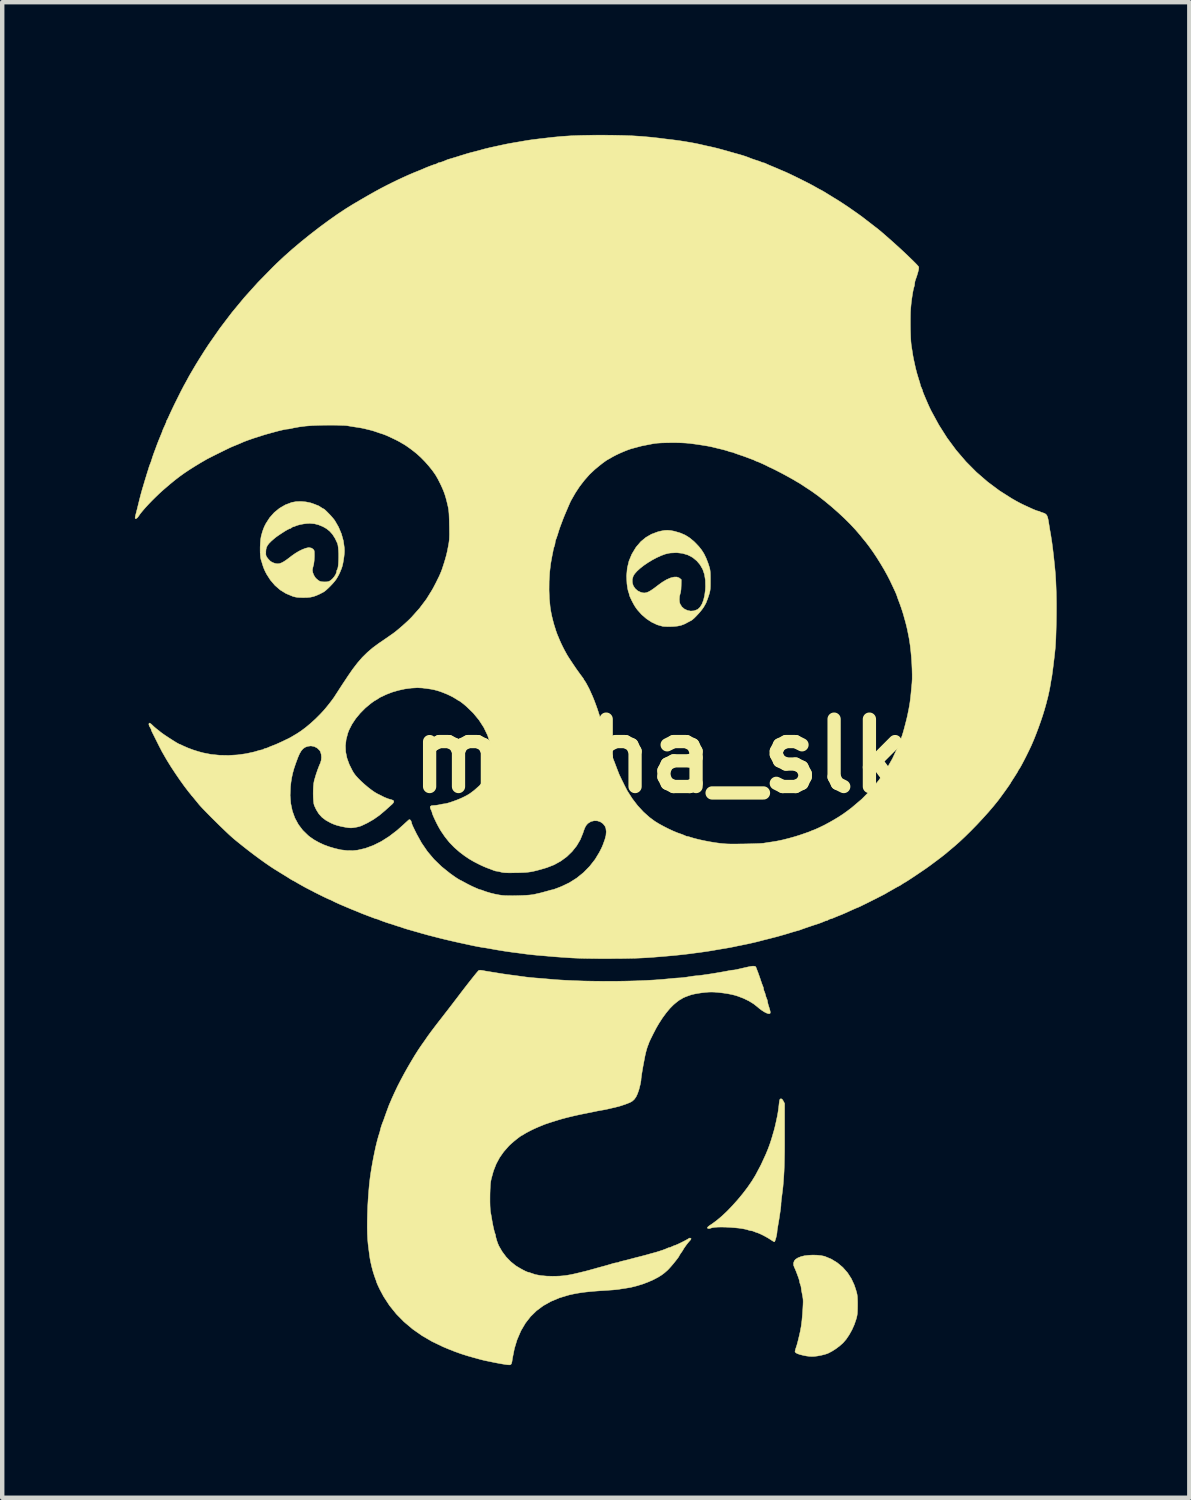
<source format=kicad_pcb>
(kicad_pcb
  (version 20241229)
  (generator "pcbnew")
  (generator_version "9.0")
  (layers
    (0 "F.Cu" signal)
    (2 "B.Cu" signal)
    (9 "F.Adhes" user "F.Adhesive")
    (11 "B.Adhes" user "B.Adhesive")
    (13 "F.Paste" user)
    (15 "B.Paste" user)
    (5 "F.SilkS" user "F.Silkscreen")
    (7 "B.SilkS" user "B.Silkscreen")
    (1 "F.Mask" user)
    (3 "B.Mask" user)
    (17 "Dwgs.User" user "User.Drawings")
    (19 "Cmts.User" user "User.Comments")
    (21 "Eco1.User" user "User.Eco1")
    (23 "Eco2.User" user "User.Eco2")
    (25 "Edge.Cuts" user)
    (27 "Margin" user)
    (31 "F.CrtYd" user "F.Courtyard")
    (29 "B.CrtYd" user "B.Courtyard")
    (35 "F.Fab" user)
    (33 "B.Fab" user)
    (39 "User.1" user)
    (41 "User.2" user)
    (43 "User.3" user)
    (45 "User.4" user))
  (footprint "misha_slk"
    (layer "F.Cu")
    (at 11.887 14.041)
    (property "Reference" "misha_slk" (at 0 0 0) (layer "F.SilkS") (effects (font (size 1.524 1.524) (thickness 0.3))))
    (attr through_hole)
    (fp_poly (pts (xy 3.535 11.284) (xy 3.624 11.293) (xy 3.698 11.308) (xy 3.708 11.311) (xy 3.857 11.373) (xy 3.993 11.457) (xy 4.115 11.559) (xy 4.221 11.679) (xy 4.308 11.814) (xy 4.376 11.961) (xy 4.385 11.989) (xy 4.409 12.061) (xy 4.426 12.118) (xy 4.438 12.169) (xy 4.445 12.22) (xy 4.448 12.277) (xy 4.45 12.348) (xy 4.45 12.408) (xy 4.449 12.49) (xy 4.447 12.553) (xy 4.444 12.603) (xy 4.438 12.646) (xy 4.429 12.689) (xy 4.416 12.735) (xy 4.376 12.852) (xy 4.323 12.971) (xy 4.26 13.084) (xy 4.192 13.185) (xy 4.121 13.267) (xy 4.048 13.332) (xy 3.964 13.396) (xy 3.877 13.452) (xy 3.794 13.496) (xy 3.759 13.511) (xy 3.697 13.53) (xy 3.622 13.548) (xy 3.542 13.563) (xy 3.468 13.572) (xy 3.416 13.574) (xy 3.361 13.571) (xy 3.296 13.563) (xy 3.234 13.551) (xy 3.232 13.551) (xy 3.148 13.53) (xy 3.089 13.51) (xy 3.052 13.489) (xy 3.036 13.468) (xy 3.035 13.462) (xy 3.04 13.437) (xy 3.05 13.398) (xy 3.06 13.37) (xy 3.079 13.311) (xy 3.101 13.229) (xy 3.126 13.126) (xy 3.154 13.004) (xy 3.156 12.992) (xy 3.175 12.89) (xy 3.191 12.764) (xy 3.204 12.616) (xy 3.213 12.479) (xy 3.217 12.4) (xy 3.219 12.34) (xy 3.218 12.291) (xy 3.213 12.247) (xy 3.205 12.201) (xy 3.2 12.174) (xy 3.189 12.119) (xy 3.18 12.07) (xy 3.176 12.034) (xy 3.175 12.025) (xy 3.17 11.991) (xy 3.158 11.951) (xy 3.156 11.946) (xy 3.143 11.91) (xy 3.137 11.878) (xy 3.137 11.875) (xy 3.132 11.852) (xy 3.12 11.811) (xy 3.101 11.758) (xy 3.079 11.699) (xy 3.056 11.64) (xy 3.033 11.585) (xy 3.021 11.56) (xy 3.003 11.511) (xy 3.002 11.466) (xy 3.004 11.455) (xy 3.019 11.412) (xy 3.05 11.376) (xy 3.101 11.344) (xy 3.174 11.315) (xy 3.182 11.313) (xy 3.254 11.296) (xy 3.342 11.286) (xy 3.438 11.281) (xy 3.535 11.284)) (stroke (width 0.01) (type solid)) (fill yes) (layer "F.SilkS"))
    (fp_poly (pts (xy 2.735 7.752) (xy 2.754 7.771) (xy 2.771 7.8) (xy 2.8 7.855) (xy 2.8 8.566) (xy 2.8 8.769) (xy 2.799 8.95) (xy 2.796 9.111) (xy 2.793 9.256) (xy 2.788 9.387) (xy 2.781 9.507) (xy 2.773 9.619) (xy 2.764 9.727) (xy 2.752 9.833) (xy 2.738 9.94) (xy 2.736 9.957) (xy 2.728 10.018) (xy 2.722 10.076) (xy 2.718 10.122) (xy 2.718 10.141) (xy 2.716 10.175) (xy 2.71 10.229) (xy 2.7 10.299) (xy 2.688 10.38) (xy 2.675 10.466) (xy 2.66 10.554) (xy 2.648 10.624) (xy 2.639 10.677) (xy 2.632 10.725) (xy 2.629 10.759) (xy 2.629 10.763) (xy 2.625 10.795) (xy 2.617 10.839) (xy 2.606 10.886) (xy 2.593 10.93) (xy 2.581 10.964) (xy 2.572 10.981) (xy 2.57 10.982) (xy 2.555 10.977) (xy 2.526 10.96) (xy 2.488 10.935) (xy 2.486 10.934) (xy 2.438 10.903) (xy 2.379 10.869) (xy 2.316 10.835) (xy 2.256 10.806) (xy 2.205 10.784) (xy 2.176 10.774) (xy 2.137 10.761) (xy 2.109 10.749) (xy 2.075 10.736) (xy 2.048 10.732) (xy 2.018 10.727) (xy 1.979 10.716) (xy 1.972 10.713) (xy 1.919 10.698) (xy 1.848 10.684) (xy 1.763 10.672) (xy 1.67 10.663) (xy 1.572 10.655) (xy 1.473 10.65) (xy 1.379 10.648) (xy 1.294 10.649) (xy 1.222 10.654) (xy 1.167 10.662) (xy 1.143 10.669) (xy 1.103 10.682) (xy 1.072 10.682) (xy 1.055 10.671) (xy 1.054 10.665) (xy 1.058 10.654) (xy 1.072 10.639) (xy 1.099 10.617) (xy 1.144 10.587) (xy 1.164 10.574) (xy 1.269 10.496) (xy 1.383 10.4) (xy 1.502 10.288) (xy 1.622 10.163) (xy 1.741 10.03) (xy 1.855 9.892) (xy 1.962 9.752) (xy 2.057 9.614) (xy 2.139 9.481) (xy 2.146 9.468) (xy 2.264 9.245) (xy 2.371 9.014) (xy 2.425 8.884) (xy 2.45 8.817) (xy 2.477 8.741) (xy 2.5 8.67) (xy 2.506 8.649) (xy 2.522 8.597) (xy 2.539 8.537) (xy 2.551 8.496) (xy 2.561 8.462) (xy 2.57 8.428) (xy 2.58 8.39) (xy 2.591 8.342) (xy 2.605 8.281) (xy 2.622 8.202) (xy 2.635 8.141) (xy 2.645 8.087) (xy 2.656 8.018) (xy 2.666 7.945) (xy 2.671 7.899) (xy 2.678 7.837) (xy 2.684 7.795) (xy 2.69 7.769) (xy 2.698 7.756) (xy 2.708 7.75) (xy 2.714 7.749) (xy 2.735 7.752)) (stroke (width 0.01) (type solid)) (fill yes) (layer "F.SilkS"))
    (fp_poly (pts (xy 0.224 -5.098) (xy 0.308 -5.082) (xy 0.311 -5.081) (xy 0.44 -5.043) (xy 0.552 -4.995) (xy 0.654 -4.931) (xy 0.753 -4.849) (xy 0.782 -4.82) (xy 0.861 -4.737) (xy 0.925 -4.656) (xy 0.978 -4.572) (xy 1.024 -4.478) (xy 1.067 -4.368) (xy 1.088 -4.305) (xy 1.101 -4.264) (xy 1.11 -4.228) (xy 1.116 -4.192) (xy 1.12 -4.151) (xy 1.122 -4.098) (xy 1.123 -4.029) (xy 1.123 -3.975) (xy 1.123 -3.891) (xy 1.122 -3.827) (xy 1.119 -3.778) (xy 1.114 -3.738) (xy 1.106 -3.702) (xy 1.096 -3.664) (xy 1.094 -3.658) (xy 1.077 -3.606) (xy 1.061 -3.558) (xy 1.048 -3.524) (xy 1.047 -3.522) (xy 1.035 -3.493) (xy 1.029 -3.475) (xy 1.029 -3.474) (xy 1.023 -3.46) (xy 1.006 -3.429) (xy 0.983 -3.389) (xy 0.975 -3.374) (xy 0.945 -3.33) (xy 0.904 -3.277) (xy 0.857 -3.222) (xy 0.807 -3.169) (xy 0.76 -3.121) (xy 0.718 -3.084) (xy 0.687 -3.062) (xy 0.684 -3.061) (xy 0.654 -3.046) (xy 0.616 -3.026) (xy 0.603 -3.019) (xy 0.528 -2.98) (xy 0.457 -2.954) (xy 0.382 -2.938) (xy 0.294 -2.929) (xy 0.248 -2.927) (xy 0.182 -2.926) (xy 0.122 -2.927) (xy 0.072 -2.929) (xy 0.044 -2.932) (xy -0.08 -2.967) (xy -0.203 -3.025) (xy -0.322 -3.103) (xy -0.432 -3.198) (xy -0.53 -3.308) (xy -0.571 -3.365) (xy -0.598 -3.408) (xy -0.626 -3.459) (xy -0.655 -3.514) (xy -0.68 -3.567) (xy -0.7 -3.611) (xy -0.71 -3.642) (xy -0.711 -3.649) (xy -0.716 -3.672) (xy -0.727 -3.706) (xy -0.73 -3.712) (xy -0.739 -3.743) (xy -0.749 -3.792) (xy -0.758 -3.851) (xy -0.764 -3.897) (xy -0.769 -3.995) (xy -0.643 -3.995) (xy -0.643 -3.92) (xy -0.621 -3.849) (xy -0.579 -3.786) (xy -0.52 -3.734) (xy -0.452 -3.702) (xy -0.408 -3.69) (xy -0.366 -3.687) (xy -0.324 -3.694) (xy -0.277 -3.712) (xy -0.222 -3.743) (xy -0.155 -3.789) (xy -0.074 -3.85) (xy -0.065 -3.858) (xy 0.038 -3.932) (xy 0.134 -3.989) (xy 0.222 -4.027) (xy 0.299 -4.046) (xy 0.365 -4.047) (xy 0.417 -4.027) (xy 0.425 -4.021) (xy 0.464 -3.99) (xy 0.462 -3.859) (xy 0.458 -3.767) (xy 0.448 -3.699) (xy 0.44 -3.672) (xy 0.425 -3.611) (xy 0.42 -3.543) (xy 0.425 -3.479) (xy 0.437 -3.438) (xy 0.477 -3.373) (xy 0.534 -3.324) (xy 0.603 -3.292) (xy 0.677 -3.277) (xy 0.753 -3.283) (xy 0.824 -3.31) (xy 0.84 -3.319) (xy 0.889 -3.366) (xy 0.932 -3.435) (xy 0.966 -3.523) (xy 0.992 -3.63) (xy 1.008 -3.752) (xy 1.012 -3.829) (xy 1.009 -3.976) (xy 0.988 -4.107) (xy 0.948 -4.223) (xy 0.888 -4.326) (xy 0.816 -4.411) (xy 0.721 -4.489) (xy 0.612 -4.546) (xy 0.491 -4.582) (xy 0.359 -4.597) (xy 0.219 -4.59) (xy 0.184 -4.585) (xy 0.101 -4.565) (xy 0.009 -4.531) (xy -0.09 -4.486) (xy -0.19 -4.433) (xy -0.289 -4.373) (xy -0.383 -4.309) (xy -0.467 -4.243) (xy -0.537 -4.179) (xy -0.591 -4.118) (xy -0.621 -4.07) (xy -0.643 -3.995) (xy -0.769 -3.995) (xy -0.772 -4.076) (xy -0.757 -4.247) (xy -0.718 -4.409) (xy -0.654 -4.563) (xy -0.567 -4.708) (xy -0.549 -4.733) (xy -0.449 -4.849) (xy -0.335 -4.943) (xy -0.208 -5.016) (xy -0.065 -5.069) (xy 0 -5.085) (xy 0.081 -5.1) (xy 0.153 -5.104) (xy 0.224 -5.098)) (stroke (width 0.01) (type solid)) (fill yes) (layer "F.SilkS"))
    (fp_poly (pts (xy -8.021 -5.745) (xy -7.911 -5.722) (xy -7.815 -5.688) (xy -7.782 -5.674) (xy -7.759 -5.665) (xy -7.754 -5.664) (xy -7.739 -5.658) (xy -7.71 -5.641) (xy -7.688 -5.626) (xy -7.655 -5.605) (xy -7.63 -5.591) (xy -7.622 -5.588) (xy -7.606 -5.579) (xy -7.579 -5.555) (xy -7.542 -5.519) (xy -7.501 -5.477) (xy -7.458 -5.432) (xy -7.419 -5.387) (xy -7.387 -5.348) (xy -7.367 -5.321) (xy -7.284 -5.177) (xy -7.219 -5.023) (xy -7.175 -4.865) (xy -7.153 -4.707) (xy -7.15 -4.636) (xy -7.153 -4.58) (xy -7.16 -4.511) (xy -7.171 -4.437) (xy -7.183 -4.365) (xy -7.197 -4.302) (xy -7.211 -4.256) (xy -7.212 -4.253) (xy -7.223 -4.224) (xy -7.24 -4.183) (xy -7.252 -4.153) (xy -7.274 -4.106) (xy -7.304 -4.051) (xy -7.335 -3.999) (xy -7.368 -3.955) (xy -7.412 -3.903) (xy -7.463 -3.849) (xy -7.515 -3.797) (xy -7.564 -3.752) (xy -7.605 -3.719) (xy -7.624 -3.707) (xy -7.713 -3.661) (xy -7.787 -3.628) (xy -7.853 -3.605) (xy -7.918 -3.591) (xy -7.987 -3.584) (xy -8.068 -3.582) (xy -8.08 -3.582) (xy -8.155 -3.583) (xy -8.211 -3.587) (xy -8.258 -3.594) (xy -8.302 -3.605) (xy -8.326 -3.613) (xy -8.472 -3.674) (xy -8.603 -3.755) (xy -8.72 -3.856) (xy -8.824 -3.978) (xy -8.909 -4.11) (xy -8.94 -4.169) (xy -8.969 -4.234) (xy -8.991 -4.293) (xy -8.992 -4.297) (xy -9.009 -4.351) (xy -9.025 -4.405) (xy -9.038 -4.444) (xy -9.047 -4.492) (xy -9.053 -4.558) (xy -9.055 -4.595) (xy -8.928 -4.595) (xy -8.927 -4.553) (xy -8.92 -4.523) (xy -8.903 -4.493) (xy -8.874 -4.456) (xy -8.834 -4.413) (xy -8.795 -4.385) (xy -8.747 -4.364) (xy -8.702 -4.351) (xy -8.661 -4.346) (xy -8.619 -4.351) (xy -8.574 -4.367) (xy -8.521 -4.395) (xy -8.458 -4.437) (xy -8.382 -4.494) (xy -8.338 -4.528) (xy -8.261 -4.582) (xy -8.181 -4.63) (xy -8.102 -4.669) (xy -8.029 -4.697) (xy -7.968 -4.711) (xy -7.949 -4.712) (xy -7.895 -4.701) (xy -7.865 -4.681) (xy -7.85 -4.667) (xy -7.839 -4.652) (xy -7.833 -4.632) (xy -7.831 -4.6) (xy -7.83 -4.552) (xy -7.83 -4.513) (xy -7.835 -4.414) (xy -7.845 -4.336) (xy -7.853 -4.306) (xy -7.865 -4.26) (xy -7.873 -4.216) (xy -7.874 -4.197) (xy -7.865 -4.144) (xy -7.842 -4.087) (xy -7.81 -4.035) (xy -7.789 -4.012) (xy -7.745 -3.974) (xy -7.707 -3.951) (xy -7.666 -3.94) (xy -7.613 -3.937) (xy -7.6 -3.937) (xy -7.549 -3.938) (xy -7.514 -3.944) (xy -7.486 -3.956) (xy -7.457 -3.975) (xy -7.416 -4.012) (xy -7.378 -4.058) (xy -7.348 -4.106) (xy -7.331 -4.149) (xy -7.328 -4.166) (xy -7.323 -4.196) (xy -7.315 -4.212) (xy -7.303 -4.236) (xy -7.294 -4.282) (xy -7.287 -4.342) (xy -7.283 -4.414) (xy -7.281 -4.493) (xy -7.281 -4.572) (xy -7.285 -4.649) (xy -7.291 -4.717) (xy -7.299 -4.772) (xy -7.309 -4.808) (xy -7.362 -4.92) (xy -7.419 -5.01) (xy -7.483 -5.082) (xy -7.557 -5.141) (xy -7.636 -5.186) (xy -7.736 -5.227) (xy -7.83 -5.251) (xy -7.929 -5.259) (xy -7.944 -5.259) (xy -8.006 -5.256) (xy -8.076 -5.247) (xy -8.146 -5.234) (xy -8.207 -5.218) (xy -8.252 -5.202) (xy -8.256 -5.2) (xy -8.287 -5.187) (xy -8.31 -5.182) (xy -8.333 -5.173) (xy -8.344 -5.163) (xy -8.367 -5.146) (xy -8.38 -5.143) (xy -8.401 -5.136) (xy -8.437 -5.118) (xy -8.486 -5.09) (xy -8.541 -5.055) (xy -8.598 -5.018) (xy -8.654 -4.98) (xy -8.703 -4.945) (xy -8.737 -4.917) (xy -8.806 -4.857) (xy -8.856 -4.806) (xy -8.891 -4.76) (xy -8.913 -4.715) (xy -8.924 -4.666) (xy -8.928 -4.607) (xy -8.928 -4.595) (xy -9.055 -4.595) (xy -9.056 -4.637) (xy -9.056 -4.723) (xy -9.052 -4.808) (xy -9.046 -4.887) (xy -9.036 -4.953) (xy -9.03 -4.98) (xy -9.007 -5.063) (xy -8.984 -5.13) (xy -8.96 -5.189) (xy -8.929 -5.249) (xy -8.927 -5.254) (xy -8.841 -5.388) (xy -8.738 -5.504) (xy -8.619 -5.601) (xy -8.487 -5.678) (xy -8.343 -5.733) (xy -8.245 -5.751) (xy -8.135 -5.755) (xy -8.021 -5.745)) (stroke (width 0.01) (type solid)) (fill yes) (layer "F.SilkS"))
    (fp_poly (pts (xy 2.129 4.753) (xy 2.147 4.765) (xy 2.157 4.785) (xy 2.169 4.816) (xy 2.185 4.86) (xy 2.197 4.889) (xy 2.213 4.935) (xy 2.234 4.993) (xy 2.255 5.055) (xy 2.261 5.074) (xy 2.279 5.126) (xy 2.295 5.171) (xy 2.308 5.202) (xy 2.311 5.21) (xy 2.322 5.241) (xy 2.324 5.261) (xy 2.33 5.294) (xy 2.341 5.322) (xy 2.356 5.359) (xy 2.367 5.4) (xy 2.367 5.401) (xy 2.379 5.444) (xy 2.394 5.482) (xy 2.394 5.483) (xy 2.408 5.516) (xy 2.413 5.544) (xy 2.417 5.57) (xy 2.426 5.609) (xy 2.433 5.632) (xy 2.455 5.702) (xy 2.469 5.751) (xy 2.476 5.784) (xy 2.476 5.805) (xy 2.471 5.817) (xy 2.464 5.823) (xy 2.438 5.825) (xy 2.398 5.813) (xy 2.347 5.788) (xy 2.291 5.753) (xy 2.233 5.711) (xy 2.184 5.669) (xy 2.099 5.602) (xy 1.993 5.537) (xy 1.872 5.478) (xy 1.743 5.429) (xy 1.676 5.408) (xy 1.602 5.39) (xy 1.51 5.372) (xy 1.409 5.357) (xy 1.308 5.345) (xy 1.214 5.337) (xy 1.143 5.335) (xy 1.077 5.337) (xy 0.998 5.344) (xy 0.913 5.354) (xy 0.83 5.367) (xy 0.755 5.381) (xy 0.697 5.395) (xy 0.686 5.398) (xy 0.606 5.426) (xy 0.544 5.45) (xy 0.5 5.47) (xy 0.482 5.482) (xy 0.461 5.496) (xy 0.452 5.499) (xy 0.437 5.507) (xy 0.407 5.527) (xy 0.369 5.556) (xy 0.328 5.589) (xy 0.288 5.623) (xy 0.282 5.629) (xy 0.203 5.709) (xy 0.121 5.808) (xy 0.038 5.921) (xy -0.041 6.044) (xy -0.087 6.122) (xy -0.112 6.167) (xy -0.14 6.222) (xy -0.171 6.281) (xy -0.2 6.34) (xy -0.227 6.394) (xy -0.248 6.439) (xy -0.262 6.47) (xy -0.267 6.482) (xy -0.272 6.499) (xy -0.283 6.529) (xy -0.285 6.532) (xy -0.301 6.573) (xy -0.319 6.631) (xy -0.337 6.697) (xy -0.352 6.763) (xy -0.355 6.775) (xy -0.371 6.859) (xy -0.388 6.947) (xy -0.404 7.034) (xy -0.418 7.116) (xy -0.43 7.189) (xy -0.438 7.249) (xy -0.444 7.291) (xy -0.445 7.306) (xy -0.447 7.337) (xy -0.455 7.382) (xy -0.464 7.427) (xy -0.493 7.542) (xy -0.525 7.634) (xy -0.559 7.706) (xy -0.599 7.762) (xy -0.645 7.803) (xy -0.696 7.832) (xy -0.801 7.873) (xy -0.919 7.912) (xy -1.04 7.944) (xy -1.041 7.944) (xy -1.1 7.957) (xy -1.16 7.971) (xy -1.206 7.982) (xy -1.259 7.993) (xy -1.312 8.003) (xy -1.333 8.006) (xy -1.378 8.014) (xy -1.433 8.024) (xy -1.473 8.033) (xy -1.527 8.044) (xy -1.593 8.058) (xy -1.657 8.07) (xy -1.664 8.072) (xy -1.816 8.102) (xy -1.968 8.136) (xy -2.11 8.17) (xy -2.216 8.198) (xy -2.261 8.211) (xy -2.318 8.228) (xy -2.383 8.248) (xy -2.45 8.269) (xy -2.513 8.289) (xy -2.569 8.308) (xy -2.611 8.322) (xy -2.634 8.33) (xy -2.635 8.331) (xy -2.661 8.342) (xy -2.7 8.358) (xy -2.731 8.37) (xy -2.787 8.394) (xy -2.853 8.423) (xy -2.922 8.456) (xy -2.986 8.489) (xy -3.041 8.518) (xy -3.079 8.541) (xy -3.08 8.541) (xy -3.109 8.56) (xy -3.128 8.571) (xy -3.131 8.572) (xy -3.149 8.58) (xy -3.181 8.602) (xy -3.223 8.633) (xy -3.272 8.672) (xy -3.323 8.713) (xy -3.371 8.755) (xy -3.413 8.793) (xy -3.436 8.816) (xy -3.55 8.946) (xy -3.644 9.08) (xy -3.72 9.222) (xy -3.781 9.377) (xy -3.829 9.55) (xy -3.841 9.606) (xy -3.848 9.654) (xy -3.853 9.721) (xy -3.857 9.803) (xy -3.86 9.894) (xy -3.861 9.988) (xy -3.861 10.081) (xy -3.859 10.167) (xy -3.855 10.24) (xy -3.85 10.296) (xy -3.847 10.314) (xy -3.838 10.361) (xy -3.827 10.421) (xy -3.817 10.481) (xy -3.817 10.484) (xy -3.803 10.562) (xy -3.788 10.637) (xy -3.773 10.703) (xy -3.76 10.756) (xy -3.749 10.79) (xy -3.746 10.796) (xy -3.735 10.828) (xy -3.734 10.845) (xy -3.729 10.873) (xy -3.717 10.917) (xy -3.701 10.97) (xy -3.682 11.022) (xy -3.663 11.067) (xy -3.66 11.074) (xy -3.586 11.202) (xy -3.495 11.324) (xy -3.39 11.432) (xy -3.278 11.522) (xy -3.27 11.527) (xy -3.221 11.557) (xy -3.166 11.589) (xy -3.111 11.619) (xy -3.06 11.645) (xy -3.019 11.663) (xy -2.993 11.671) (xy -2.991 11.671) (xy -2.967 11.676) (xy -2.935 11.688) (xy -2.931 11.689) (xy -2.835 11.722) (xy -2.716 11.744) (xy -2.576 11.757) (xy -2.448 11.76) (xy -2.362 11.759) (xy -2.284 11.756) (xy -2.21 11.75) (xy -2.134 11.741) (xy -2.052 11.727) (xy -1.96 11.708) (xy -1.853 11.683) (xy -1.727 11.652) (xy -1.721 11.651) (xy -1.667 11.637) (xy -1.604 11.62) (xy -1.556 11.606) (xy -1.499 11.591) (xy -1.441 11.574) (xy -1.4 11.563) (xy -1.323 11.542) (xy -1.264 11.526) (xy -1.218 11.513) (xy -1.18 11.502) (xy -1.143 11.491) (xy -1.114 11.482) (xy -1.067 11.468) (xy -1.027 11.459) (xy -1.002 11.455) (xy -0.968 11.449) (xy -0.953 11.443) (xy -0.929 11.434) (xy -0.889 11.422) (xy -0.849 11.413) (xy -0.795 11.4) (xy -0.731 11.384) (xy -0.669 11.367) (xy -0.667 11.367) (xy -0.608 11.351) (xy -0.548 11.335) (xy -0.498 11.323) (xy -0.495 11.322) (xy -0.447 11.31) (xy -0.387 11.294) (xy -0.33 11.279) (xy -0.277 11.264) (xy -0.228 11.25) (xy -0.192 11.24) (xy -0.191 11.24) (xy -0.109 11.218) (xy -0.029 11.193) (xy 0.044 11.169) (xy 0.105 11.146) (xy 0.142 11.13) (xy 0.172 11.117) (xy 0.192 11.112) (xy 0.214 11.107) (xy 0.247 11.093) (xy 0.26 11.087) (xy 0.293 11.072) (xy 0.317 11.063) (xy 0.322 11.062) (xy 0.339 11.056) (xy 0.373 11.042) (xy 0.418 11.021) (xy 0.469 10.996) (xy 0.521 10.97) (xy 0.568 10.945) (xy 0.604 10.925) (xy 0.626 10.912) (xy 0.628 10.91) (xy 0.646 10.898) (xy 0.668 10.898) (xy 0.684 10.907) (xy 0.686 10.913) (xy 0.677 10.933) (xy 0.656 10.958) (xy 0.653 10.961) (xy 0.634 10.982) (xy 0.607 11.015) (xy 0.577 11.054) (xy 0.549 11.093) (xy 0.525 11.128) (xy 0.51 11.151) (xy 0.508 11.158) (xy 0.501 11.17) (xy 0.483 11.197) (xy 0.464 11.225) (xy 0.44 11.259) (xy 0.424 11.285) (xy 0.419 11.295) (xy 0.411 11.311) (xy 0.39 11.343) (xy 0.358 11.385) (xy 0.319 11.434) (xy 0.277 11.486) (xy 0.234 11.536) (xy 0.194 11.581) (xy 0.161 11.616) (xy 0.148 11.628) (xy 0.084 11.684) (xy 0.023 11.73) (xy -0.043 11.772) (xy -0.122 11.815) (xy -0.165 11.837) (xy -0.282 11.889) (xy -0.412 11.938) (xy -0.547 11.979) (xy -0.679 12.012) (xy -0.799 12.032) (xy -0.806 12.033) (xy -0.861 12.041) (xy -0.918 12.05) (xy -0.933 12.053) (xy -0.968 12.058) (xy -1.023 12.064) (xy -1.09 12.07) (xy -1.164 12.075) (xy -1.2 12.078) (xy -1.36 12.088) (xy -1.497 12.098) (xy -1.616 12.109) (xy -1.721 12.12) (xy -1.814 12.133) (xy -1.9 12.147) (xy -1.982 12.163) (xy -2.064 12.181) (xy -2.083 12.186) (xy -2.292 12.249) (xy -2.483 12.329) (xy -2.656 12.426) (xy -2.809 12.54) (xy -2.944 12.672) (xy -3.059 12.82) (xy -3.157 12.986) (xy -3.166 13.005) (xy -3.248 13.196) (xy -3.308 13.394) (xy -3.35 13.605) (xy -3.354 13.627) (xy -3.363 13.689) (xy -3.373 13.73) (xy -3.388 13.754) (xy -3.413 13.763) (xy -3.452 13.762) (xy -3.51 13.755) (xy -3.512 13.754) (xy -3.589 13.742) (xy -3.682 13.725) (xy -3.785 13.705) (xy -3.823 13.697) (xy -3.874 13.686) (xy -3.921 13.677) (xy -3.95 13.671) (xy -3.988 13.663) (xy -4.037 13.651) (xy -4.064 13.644) (xy -4.12 13.629) (xy -4.18 13.612) (xy -4.204 13.606) (xy -4.36 13.562) (xy -4.503 13.517) (xy -4.642 13.468) (xy -4.786 13.411) (xy -4.914 13.358) (xy -5.163 13.239) (xy -5.394 13.105) (xy -5.608 12.955) (xy -5.803 12.791) (xy -5.978 12.613) (xy -6.132 12.422) (xy -6.265 12.218) (xy -6.355 12.049) (xy -6.382 11.992) (xy -6.404 11.944) (xy -6.419 11.908) (xy -6.426 11.889) (xy -6.426 11.888) (xy -6.431 11.869) (xy -6.442 11.838) (xy -6.444 11.834) (xy -6.473 11.753) (xy -6.504 11.655) (xy -6.533 11.548) (xy -6.558 11.438) (xy -6.561 11.424) (xy -6.567 11.391) (xy -6.573 11.36) (xy -6.578 11.326) (xy -6.584 11.284) (xy -6.591 11.231) (xy -6.6 11.163) (xy -6.611 11.076) (xy -6.617 11.024) (xy -6.626 10.922) (xy -6.632 10.799) (xy -6.635 10.659) (xy -6.634 10.506) (xy -6.63 10.344) (xy -6.624 10.177) (xy -6.614 10.008) (xy -6.602 9.843) (xy -6.588 9.684) (xy -6.572 9.544) (xy -6.552 9.406) (xy -6.528 9.26) (xy -6.501 9.112) (xy -6.472 8.967) (xy -6.442 8.828) (xy -6.411 8.702) (xy -6.381 8.593) (xy -6.36 8.528) (xy -6.348 8.487) (xy -6.338 8.445) (xy -6.327 8.402) (xy -6.309 8.346) (xy -6.289 8.291) (xy -6.272 8.249) (xy -6.26 8.218) (xy -6.249 8.185) (xy -6.238 8.154) (xy -6.222 8.109) (xy -6.204 8.059) (xy -6.204 8.058) (xy -6.186 8.01) (xy -6.17 7.967) (xy -6.16 7.938) (xy -6.16 7.938) (xy -6.15 7.911) (xy -6.132 7.867) (xy -6.107 7.81) (xy -6.079 7.744) (xy -6.048 7.676) (xy -6.018 7.609) (xy -6.011 7.595) (xy -5.951 7.468) (xy -5.88 7.33) (xy -5.803 7.186) (xy -5.721 7.039) (xy -5.637 6.896) (xy -5.555 6.759) (xy -5.476 6.635) (xy -5.403 6.528) (xy -5.379 6.494) (xy -5.349 6.452) (xy -5.315 6.403) (xy -5.296 6.375) (xy -5.265 6.33) (xy -5.229 6.281) (xy -5.188 6.225) (xy -5.138 6.159) (xy -5.078 6.08) (xy -5.006 5.987) (xy -4.934 5.895) (xy -4.878 5.822) (xy -4.824 5.753) (xy -4.775 5.689) (xy -4.734 5.636) (xy -4.704 5.597) (xy -4.693 5.582) (xy -4.597 5.457) (xy -4.507 5.338) (xy -4.423 5.229) (xy -4.347 5.131) (xy -4.279 5.045) (xy -4.221 4.972) (xy -4.174 4.914) (xy -4.139 4.873) (xy -4.118 4.85) (xy -4.113 4.846) (xy -4.079 4.841) (xy -4.025 4.848) (xy -4.015 4.85) (xy -3.961 4.861) (xy -3.899 4.871) (xy -3.861 4.877) (xy -3.807 4.886) (xy -3.741 4.896) (xy -3.677 4.907) (xy -3.67 4.908) (xy -3.61 4.918) (xy -3.536 4.929) (xy -3.46 4.94) (xy -3.416 4.946) (xy -3.337 4.956) (xy -3.247 4.968) (xy -3.161 4.98) (xy -3.124 4.985) (xy -3.045 4.996) (xy -2.955 5.006) (xy -2.869 5.014) (xy -2.832 5.017) (xy -2.755 5.023) (xy -2.669 5.03) (xy -2.588 5.037) (xy -2.553 5.04) (xy -2.373 5.056) (xy -2.175 5.068) (xy -1.96 5.078) (xy -1.734 5.086) (xy -1.5 5.09) (xy -1.261 5.092) (xy -1.022 5.092) (xy -0.787 5.088) (xy -0.558 5.082) (xy -0.34 5.073) (xy -0.137 5.062) (xy 0.048 5.048) (xy 0.184 5.035) (xy 0.253 5.028) (xy 0.319 5.022) (xy 0.374 5.018) (xy 0.412 5.016) (xy 0.413 5.016) (xy 0.451 5.014) (xy 0.506 5.008) (xy 0.571 5) (xy 0.629 4.991) (xy 0.692 4.981) (xy 0.749 4.973) (xy 0.794 4.968) (xy 0.819 4.966) (xy 0.848 4.964) (xy 0.898 4.958) (xy 0.964 4.949) (xy 1.042 4.938) (xy 1.127 4.925) (xy 1.216 4.911) (xy 1.303 4.896) (xy 1.385 4.882) (xy 1.457 4.869) (xy 1.515 4.858) (xy 1.518 4.857) (xy 1.567 4.848) (xy 1.609 4.841) (xy 1.636 4.839) (xy 1.664 4.836) (xy 1.707 4.828) (xy 1.744 4.82) (xy 1.842 4.797) (xy 1.918 4.78) (xy 1.976 4.767) (xy 2.02 4.758) (xy 2.053 4.753) (xy 2.078 4.75) (xy 2.095 4.75) (xy 2.129 4.753)) (stroke (width 0.01) (type solid)) (fill yes) (layer "F.SilkS"))
    (fp_poly (pts (xy -1.087 -14.034) (xy -0.855 -14.029) (xy -0.64 -14.021) (xy -0.437 -14.008) (xy -0.242 -13.991) (xy -0.05 -13.97) (xy 0.057 -13.956) (xy 0.123 -13.948) (xy 0.197 -13.939) (xy 0.266 -13.931) (xy 0.267 -13.931) (xy 0.338 -13.922) (xy 0.426 -13.91) (xy 0.523 -13.895) (xy 0.624 -13.878) (xy 0.722 -13.861) (xy 0.81 -13.844) (xy 0.881 -13.829) (xy 0.902 -13.824) (xy 0.946 -13.814) (xy 1.004 -13.8) (xy 1.069 -13.786) (xy 1.099 -13.78) (xy 1.196 -13.758) (xy 1.279 -13.738) (xy 1.36 -13.716) (xy 1.45 -13.691) (xy 1.48 -13.683) (xy 1.539 -13.666) (xy 1.598 -13.649) (xy 1.646 -13.636) (xy 1.657 -13.632) (xy 1.764 -13.603) (xy 1.849 -13.578) (xy 1.917 -13.556) (xy 1.972 -13.536) (xy 2 -13.525) (xy 2.04 -13.509) (xy 2.092 -13.49) (xy 2.147 -13.472) (xy 2.184 -13.46) (xy 2.228 -13.446) (xy 2.269 -13.429) (xy 2.3 -13.417) (xy 2.323 -13.411) (xy 2.324 -13.411) (xy 2.346 -13.406) (xy 2.373 -13.394) (xy 2.404 -13.379) (xy 2.447 -13.36) (xy 2.477 -13.347) (xy 2.522 -13.329) (xy 2.564 -13.311) (xy 2.584 -13.303) (xy 2.623 -13.287) (xy 2.665 -13.268) (xy 2.667 -13.268) (xy 2.702 -13.252) (xy 2.75 -13.232) (xy 2.793 -13.214) (xy 2.837 -13.195) (xy 2.899 -13.166) (xy 2.975 -13.13) (xy 3.059 -13.089) (xy 3.147 -13.046) (xy 3.234 -13.002) (xy 3.316 -12.961) (xy 3.388 -12.923) (xy 3.445 -12.893) (xy 3.473 -12.877) (xy 3.521 -12.85) (xy 3.565 -12.825) (xy 3.597 -12.808) (xy 3.6 -12.806) (xy 3.623 -12.795) (xy 3.644 -12.784) (xy 3.669 -12.769) (xy 3.702 -12.75) (xy 3.747 -12.722) (xy 3.809 -12.684) (xy 3.814 -12.681) (xy 3.866 -12.649) (xy 3.911 -12.621) (xy 3.944 -12.601) (xy 3.96 -12.592) (xy 4.011 -12.56) (xy 4.078 -12.517) (xy 4.154 -12.467) (xy 4.234 -12.414) (xy 4.31 -12.361) (xy 4.343 -12.338) (xy 4.416 -12.287) (xy 4.472 -12.247) (xy 4.52 -12.213) (xy 4.563 -12.181) (xy 4.607 -12.147) (xy 4.658 -12.107) (xy 4.672 -12.097) (xy 4.729 -12.053) (xy 4.787 -12.008) (xy 4.837 -11.969) (xy 4.873 -11.942) (xy 4.927 -11.899) (xy 4.992 -11.845) (xy 5.066 -11.781) (xy 5.147 -11.71) (xy 5.233 -11.634) (xy 5.321 -11.555) (xy 5.409 -11.475) (xy 5.494 -11.396) (xy 5.575 -11.32) (xy 5.648 -11.249) (xy 5.713 -11.186) (xy 5.766 -11.133) (xy 5.805 -11.091) (xy 5.828 -11.064) (xy 5.831 -11.058) (xy 5.834 -11.033) (xy 5.827 -10.989) (xy 5.812 -10.929) (xy 5.79 -10.856) (xy 5.762 -10.775) (xy 5.758 -10.766) (xy 5.746 -10.725) (xy 5.741 -10.686) (xy 5.74 -10.681) (xy 5.736 -10.64) (xy 5.727 -10.609) (xy 5.715 -10.568) (xy 5.702 -10.507) (xy 5.689 -10.431) (xy 5.676 -10.345) (xy 5.664 -10.254) (xy 5.655 -10.163) (xy 5.65 -10.109) (xy 5.646 -10.039) (xy 5.644 -9.953) (xy 5.643 -9.856) (xy 5.643 -9.753) (xy 5.644 -9.649) (xy 5.647 -9.548) (xy 5.65 -9.454) (xy 5.655 -9.374) (xy 5.661 -9.31) (xy 5.665 -9.28) (xy 5.672 -9.233) (xy 5.682 -9.173) (xy 5.69 -9.119) (xy 5.699 -9.062) (xy 5.709 -9.007) (xy 5.717 -8.966) (xy 5.728 -8.917) (xy 5.739 -8.868) (xy 5.741 -8.858) (xy 5.761 -8.766) (xy 5.788 -8.662) (xy 5.82 -8.555) (xy 5.831 -8.519) (xy 5.847 -8.469) (xy 5.86 -8.426) (xy 5.867 -8.398) (xy 5.868 -8.392) (xy 5.873 -8.371) (xy 5.887 -8.338) (xy 5.893 -8.325) (xy 5.908 -8.291) (xy 5.917 -8.265) (xy 5.918 -8.26) (xy 5.923 -8.241) (xy 5.935 -8.207) (xy 5.944 -8.184) (xy 5.962 -8.143) (xy 5.976 -8.109) (xy 5.981 -8.096) (xy 6.019 -8.009) (xy 6.049 -7.939) (xy 6.075 -7.882) (xy 6.1 -7.83) (xy 6.116 -7.798) (xy 6.286 -7.486) (xy 6.473 -7.191) (xy 6.677 -6.915) (xy 6.899 -6.656) (xy 7.136 -6.417) (xy 7.389 -6.198) (xy 7.657 -5.998) (xy 7.939 -5.819) (xy 7.957 -5.809) (xy 8.034 -5.765) (xy 8.098 -5.73) (xy 8.157 -5.7) (xy 8.219 -5.67) (xy 8.274 -5.645) (xy 8.304 -5.631) (xy 8.348 -5.611) (xy 8.398 -5.588) (xy 8.411 -5.582) (xy 8.459 -5.562) (xy 8.5 -5.546) (xy 8.528 -5.538) (xy 8.533 -5.537) (xy 8.557 -5.532) (xy 8.565 -5.528) (xy 8.581 -5.519) (xy 8.614 -5.507) (xy 8.639 -5.499) (xy 8.68 -5.484) (xy 8.71 -5.463) (xy 8.732 -5.433) (xy 8.748 -5.389) (xy 8.762 -5.327) (xy 8.769 -5.283) (xy 8.779 -5.22) (xy 8.789 -5.158) (xy 8.797 -5.107) (xy 8.801 -5.086) (xy 8.815 -5.01) (xy 8.829 -4.918) (xy 8.844 -4.821) (xy 8.856 -4.728) (xy 8.863 -4.674) (xy 8.88 -4.531) (xy 8.893 -4.409) (xy 8.904 -4.303) (xy 8.913 -4.209) (xy 8.921 -4.122) (xy 8.926 -4.038) (xy 8.931 -3.951) (xy 8.935 -3.858) (xy 8.939 -3.754) (xy 8.941 -3.696) (xy 8.943 -3.583) (xy 8.945 -3.458) (xy 8.945 -3.323) (xy 8.944 -3.182) (xy 8.942 -3.041) (xy 8.939 -2.902) (xy 8.935 -2.769) (xy 8.931 -2.648) (xy 8.925 -2.541) (xy 8.92 -2.453) (xy 8.915 -2.407) (xy 8.907 -2.33) (xy 8.898 -2.246) (xy 8.887 -2.158) (xy 8.877 -2.07) (xy 8.866 -1.985) (xy 8.856 -1.908) (xy 8.847 -1.842) (xy 8.84 -1.791) (xy 8.835 -1.76) (xy 8.833 -1.751) (xy 8.828 -1.73) (xy 8.821 -1.692) (xy 8.815 -1.651) (xy 8.799 -1.557) (xy 8.778 -1.453) (xy 8.756 -1.352) (xy 8.745 -1.308) (xy 8.731 -1.256) (xy 8.716 -1.195) (xy 8.705 -1.156) (xy 8.674 -1.046) (xy 8.635 -0.919) (xy 8.589 -0.782) (xy 8.539 -0.642) (xy 8.487 -0.504) (xy 8.436 -0.375) (xy 8.387 -0.261) (xy 8.373 -0.229) (xy 8.335 -0.149) (xy 8.294 -0.065) (xy 8.253 0.018) (xy 8.212 0.098) (xy 8.174 0.17) (xy 8.141 0.231) (xy 8.114 0.277) (xy 8.096 0.304) (xy 8.095 0.306) (xy 8.08 0.327) (xy 8.077 0.336) (xy 8.071 0.35) (xy 8.053 0.38) (xy 8.026 0.423) (xy 7.995 0.472) (xy 7.963 0.521) (xy 7.936 0.563) (xy 7.918 0.591) (xy 7.912 0.603) (xy 7.905 0.616) (xy 7.886 0.645) (xy 7.857 0.687) (xy 7.821 0.738) (xy 7.781 0.794) (xy 7.739 0.852) (xy 7.699 0.907) (xy 7.663 0.956) (xy 7.634 0.995) (xy 7.631 0.999) (xy 7.526 1.129) (xy 7.408 1.267) (xy 7.28 1.409) (xy 7.146 1.553) (xy 7.01 1.692) (xy 6.876 1.824) (xy 6.748 1.944) (xy 6.63 2.048) (xy 6.61 2.064) (xy 6.558 2.108) (xy 6.512 2.146) (xy 6.477 2.176) (xy 6.456 2.194) (xy 6.452 2.198) (xy 6.438 2.209) (xy 6.408 2.233) (xy 6.366 2.266) (xy 6.314 2.306) (xy 6.257 2.349) (xy 6.198 2.393) (xy 6.142 2.435) (xy 6.091 2.473) (xy 6.051 2.502) (xy 6.049 2.503) (xy 6.002 2.537) (xy 5.945 2.576) (xy 5.88 2.62) (xy 5.812 2.666) (xy 5.744 2.712) (xy 5.679 2.755) (xy 5.621 2.793) (xy 5.573 2.824) (xy 5.538 2.846) (xy 5.519 2.857) (xy 5.518 2.857) (xy 5.505 2.864) (xy 5.479 2.881) (xy 5.457 2.895) (xy 5.419 2.92) (xy 5.384 2.94) (xy 5.371 2.946) (xy 5.34 2.962) (xy 5.302 2.983) (xy 5.296 2.987) (xy 5.259 3.008) (xy 5.213 3.034) (xy 5.182 3.052) (xy 5.142 3.074) (xy 5.111 3.092) (xy 5.097 3.101) (xy 5.081 3.111) (xy 5.045 3.13) (xy 4.995 3.156) (xy 4.932 3.188) (xy 4.862 3.224) (xy 4.787 3.261) (xy 4.712 3.299) (xy 4.64 3.335) (xy 4.574 3.367) (xy 4.52 3.394) (xy 4.479 3.413) (xy 4.456 3.423) (xy 4.454 3.424) (xy 4.429 3.433) (xy 4.39 3.45) (xy 4.342 3.471) (xy 4.331 3.476) (xy 4.256 3.51) (xy 4.2 3.536) (xy 4.154 3.556) (xy 4.115 3.573) (xy 4.077 3.589) (xy 4.033 3.606) (xy 4.013 3.614) (xy 3.964 3.634) (xy 3.914 3.655) (xy 3.903 3.66) (xy 3.867 3.674) (xy 3.839 3.682) (xy 3.832 3.683) (xy 3.809 3.69) (xy 3.79 3.702) (xy 3.764 3.717) (xy 3.748 3.721) (xy 3.726 3.726) (xy 3.694 3.738) (xy 3.691 3.74) (xy 3.641 3.761) (xy 3.579 3.784) (xy 3.517 3.805) (xy 3.499 3.81) (xy 3.465 3.821) (xy 3.417 3.837) (xy 3.361 3.856) (xy 3.302 3.876) (xy 3.247 3.895) (xy 3.202 3.911) (xy 3.173 3.922) (xy 3.169 3.924) (xy 3.14 3.934) (xy 3.101 3.946) (xy 3.092 3.948) (xy 3.048 3.96) (xy 2.997 3.975) (xy 2.978 3.98) (xy 2.878 4.011) (xy 2.798 4.035) (xy 2.73 4.054) (xy 2.671 4.071) (xy 2.614 4.087) (xy 2.554 4.102) (xy 2.485 4.12) (xy 2.426 4.135) (xy 2.377 4.147) (xy 2.317 4.162) (xy 2.261 4.177) (xy 2.168 4.201) (xy 2.074 4.223) (xy 1.971 4.246) (xy 1.867 4.267) (xy 1.801 4.281) (xy 1.733 4.294) (xy 1.675 4.307) (xy 1.651 4.312) (xy 1.6 4.322) (xy 1.536 4.334) (xy 1.468 4.346) (xy 1.441 4.35) (xy 1.369 4.362) (xy 1.286 4.376) (xy 1.207 4.39) (xy 1.181 4.394) (xy 1.137 4.402) (xy 1.093 4.409) (xy 1.047 4.416) (xy 0.993 4.424) (xy 0.929 4.433) (xy 0.851 4.444) (xy 0.755 4.456) (xy 0.654 4.47) (xy 0.55 4.482) (xy 0.426 4.496) (xy 0.288 4.51) (xy 0.14 4.523) (xy -0.012 4.536) (xy -0.162 4.548) (xy -0.306 4.558) (xy -0.356 4.561) (xy -0.456 4.566) (xy -0.577 4.571) (xy -0.715 4.574) (xy -0.864 4.577) (xy -1.022 4.578) (xy -1.183 4.579) (xy -1.344 4.579) (xy -1.5 4.578) (xy -1.648 4.576) (xy -1.783 4.573) (xy -1.9 4.569) (xy -1.994 4.565) (xy -2.089 4.559) (xy -2.187 4.552) (xy -2.281 4.546) (xy -2.364 4.54) (xy -2.43 4.535) (xy -2.438 4.534) (xy -2.519 4.527) (xy -2.608 4.519) (xy -2.694 4.512) (xy -2.743 4.508) (xy -2.821 4.501) (xy -2.91 4.492) (xy -2.997 4.482) (xy -3.042 4.477) (xy -3.121 4.466) (xy -3.211 4.454) (xy -3.297 4.443) (xy -3.34 4.438) (xy -3.431 4.425) (xy -3.534 4.41) (xy -3.639 4.393) (xy -3.74 4.376) (xy -3.827 4.36) (xy -3.861 4.354) (xy -3.917 4.344) (xy -3.978 4.334) (xy -4 4.331) (xy -4.06 4.322) (xy -4.136 4.308) (xy -4.223 4.291) (xy -4.313 4.272) (xy -4.362 4.261) (xy -4.414 4.25) (xy -4.477 4.236) (xy -4.538 4.223) (xy -4.54 4.223) (xy -4.642 4.2) (xy -4.76 4.173) (xy -4.887 4.143) (xy -5.017 4.111) (xy -5.144 4.078) (xy -5.262 4.048) (xy -5.365 4.019) (xy -5.41 4.007) (xy -5.452 3.994) (xy -5.506 3.979) (xy -5.562 3.963) (xy -5.563 3.963) (xy -5.621 3.946) (xy -5.681 3.929) (xy -5.728 3.916) (xy -5.776 3.901) (xy -5.822 3.886) (xy -5.842 3.879) (xy -5.881 3.865) (xy -5.916 3.855) (xy -5.918 3.854) (xy -5.952 3.844) (xy -5.992 3.831) (xy -5.994 3.83) (xy -6.032 3.817) (xy -6.08 3.801) (xy -6.115 3.791) (xy -6.197 3.765) (xy -6.282 3.735) (xy -6.358 3.706) (xy -6.371 3.7) (xy -6.401 3.688) (xy -6.421 3.683) (xy -6.422 3.683) (xy -6.438 3.679) (xy -6.471 3.668) (xy -6.502 3.656) (xy -6.55 3.638) (xy -6.595 3.621) (xy -6.617 3.613) (xy -6.663 3.595) (xy -6.716 3.575) (xy -6.767 3.555) (xy -6.808 3.538) (xy -6.826 3.53) (xy -6.851 3.52) (xy -6.89 3.504) (xy -6.934 3.486) (xy -6.98 3.468) (xy -7.019 3.452) (xy -7.042 3.442) (xy -7.067 3.431) (xy -7.106 3.415) (xy -7.15 3.396) (xy -7.205 3.373) (xy -7.265 3.347) (xy -7.322 3.321) (xy -7.372 3.298) (xy -7.407 3.28) (xy -7.417 3.275) (xy -7.445 3.261) (xy -7.455 3.256) (xy -7.49 3.242) (xy -7.539 3.22) (xy -7.592 3.195) (xy -7.641 3.172) (xy -7.645 3.169) (xy -7.69 3.147) (xy -7.743 3.121) (xy -7.772 3.106) (xy -7.813 3.086) (xy -7.846 3.069) (xy -7.861 3.06) (xy -7.882 3.049) (xy -7.918 3.031) (xy -7.957 3.011) (xy -8.036 2.97) (xy -8.122 2.922) (xy -8.203 2.876) (xy -8.23 2.86) (xy -8.266 2.839) (xy -8.297 2.822) (xy -8.302 2.82) (xy -8.329 2.806) (xy -8.366 2.784) (xy -8.385 2.773) (xy -8.421 2.749) (xy -8.451 2.73) (xy -8.461 2.724) (xy -8.497 2.702) (xy -8.547 2.671) (xy -8.605 2.636) (xy -8.662 2.6) (xy -8.713 2.569) (xy -8.745 2.549) (xy -8.839 2.487) (xy -8.949 2.411) (xy -9.069 2.325) (xy -9.196 2.231) (xy -9.326 2.132) (xy -9.453 2.032) (xy -9.575 1.934) (xy -9.648 1.874) (xy -9.695 1.833) (xy -9.756 1.778) (xy -9.826 1.712) (xy -9.903 1.638) (xy -9.985 1.559) (xy -10.068 1.477) (xy -10.15 1.396) (xy -10.228 1.317) (xy -10.299 1.244) (xy -10.361 1.18) (xy -10.41 1.127) (xy -10.445 1.087) (xy -10.451 1.079) (xy -10.485 1.037) (xy -10.528 0.985) (xy -10.572 0.931) (xy -10.587 0.914) (xy -10.607 0.889) (xy -8.378 0.889) (xy -8.364 1.072) (xy -8.328 1.243) (xy -8.271 1.401) (xy -8.192 1.547) (xy -8.093 1.678) (xy -7.972 1.796) (xy -7.932 1.828) (xy -7.838 1.893) (xy -7.729 1.954) (xy -7.615 2.007) (xy -7.507 2.047) (xy -7.499 2.05) (xy -7.447 2.065) (xy -7.394 2.081) (xy -7.366 2.089) (xy -7.234 2.12) (xy -7.095 2.136) (xy -6.958 2.138) (xy -6.852 2.127) (xy -6.676 2.086) (xy -6.497 2.02) (xy -6.318 1.931) (xy -6.139 1.817) (xy -5.961 1.681) (xy -5.817 1.553) (xy -5.771 1.51) (xy -5.732 1.475) (xy -5.703 1.449) (xy -5.688 1.437) (xy -5.688 1.437) (xy -5.667 1.441) (xy -5.647 1.464) (xy -5.634 1.502) (xy -5.634 1.502) (xy -5.63 1.519) (xy -5.626 1.536) (xy -5.618 1.556) (xy -5.607 1.582) (xy -5.589 1.62) (xy -5.564 1.672) (xy -5.529 1.742) (xy -5.521 1.759) (xy -5.407 1.965) (xy -5.276 2.156) (xy -5.126 2.334) (xy -4.956 2.499) (xy -4.764 2.653) (xy -4.659 2.728) (xy -4.613 2.759) (xy -4.571 2.785) (xy -4.54 2.803) (xy -4.532 2.807) (xy -4.502 2.821) (xy -4.464 2.842) (xy -4.451 2.849) (xy -4.36 2.898) (xy -4.27 2.943) (xy -4.255 2.95) (xy -4.178 2.984) (xy -4.123 3.008) (xy -4.089 3.02) (xy -4.078 3.023) (xy -4.058 3.027) (xy -4.027 3.038) (xy -4.023 3.04) (xy -3.946 3.068) (xy -3.852 3.096) (xy -3.751 3.121) (xy -3.653 3.14) (xy -3.575 3.151) (xy -3.514 3.155) (xy -3.436 3.157) (xy -3.345 3.158) (xy -3.249 3.156) (xy -3.152 3.153) (xy -3.06 3.149) (xy -2.978 3.143) (xy -2.912 3.136) (xy -2.877 3.131) (xy -2.711 3.093) (xy -2.557 3.051) (xy -2.543 3.047) (xy -2.5 3.034) (xy -2.465 3.026) (xy -2.449 3.023) (xy -2.428 3.018) (xy -2.385 3.003) (xy -2.321 2.979) (xy -2.242 2.948) (xy -2.066 2.864) (xy -1.9 2.759) (xy -1.745 2.634) (xy -1.606 2.492) (xy -1.484 2.336) (xy -1.389 2.179) (xy -1.361 2.125) (xy -1.339 2.082) (xy -1.321 2.041) (xy -1.303 1.997) (xy -1.283 1.941) (xy -1.263 1.886) (xy -1.239 1.795) (xy -1.232 1.709) (xy -1.241 1.634) (xy -1.26 1.586) (xy -1.306 1.528) (xy -1.366 1.487) (xy -1.434 1.465) (xy -1.506 1.463) (xy -1.576 1.48) (xy -1.639 1.518) (xy -1.652 1.529) (xy -1.679 1.559) (xy -1.702 1.594) (xy -1.723 1.639) (xy -1.746 1.701) (xy -1.758 1.74) (xy -1.819 1.89) (xy -1.902 2.031) (xy -2.005 2.16) (xy -2.125 2.276) (xy -2.262 2.376) (xy -2.412 2.459) (xy -2.574 2.522) (xy -2.603 2.531) (xy -2.709 2.562) (xy -2.797 2.586) (xy -2.871 2.604) (xy -2.937 2.617) (xy -3.002 2.626) (xy -3.07 2.632) (xy -3.147 2.635) (xy -3.238 2.638) (xy -3.274 2.638) (xy -3.371 2.64) (xy -3.447 2.64) (xy -3.505 2.638) (xy -3.55 2.635) (xy -3.584 2.63) (xy -3.613 2.623) (xy -3.656 2.612) (xy -3.692 2.605) (xy -3.707 2.603) (xy -3.736 2.599) (xy -3.773 2.587) (xy -3.775 2.586) (xy -3.81 2.572) (xy -3.857 2.554) (xy -3.893 2.541) (xy -3.938 2.524) (xy -3.977 2.508) (xy -4.018 2.49) (xy -4.068 2.467) (xy -4.115 2.444) (xy -4.23 2.385) (xy -4.334 2.324) (xy -4.436 2.255) (xy -4.544 2.173) (xy -4.547 2.171) (xy -4.668 2.065) (xy -4.778 1.952) (xy -4.88 1.824) (xy -4.968 1.695) (xy -4.997 1.647) (xy -5.03 1.588) (xy -5.064 1.523) (xy -5.096 1.457) (xy -5.125 1.395) (xy -5.148 1.342) (xy -5.164 1.301) (xy -5.169 1.279) (xy -5.174 1.26) (xy -5.187 1.228) (xy -5.196 1.21) (xy -5.212 1.167) (xy -5.209 1.138) (xy -5.185 1.123) (xy -5.139 1.117) (xy -5.132 1.117) (xy -5.086 1.114) (xy -5.031 1.106) (xy -4.997 1.099) (xy -4.951 1.089) (xy -4.91 1.082) (xy -4.889 1.08) (xy -4.857 1.075) (xy -4.806 1.062) (xy -4.743 1.042) (xy -4.674 1.018) (xy -4.604 0.992) (xy -4.538 0.965) (xy -4.482 0.94) (xy -4.48 0.939) (xy -4.421 0.91) (xy -4.378 0.887) (xy -4.344 0.867) (xy -4.311 0.846) (xy -4.274 0.818) (xy -4.224 0.781) (xy -4.221 0.779) (xy -4.098 0.67) (xy -3.996 0.547) (xy -3.916 0.412) (xy -3.857 0.262) (xy -3.854 0.252) (xy -3.831 0.143) (xy -3.821 0.021) (xy -3.825 -0.106) (xy -3.841 -0.23) (xy -3.853 -0.282) (xy -3.915 -0.469) (xy -4 -0.646) (xy -4.108 -0.813) (xy -4.239 -0.972) (xy -4.394 -1.122) (xy -4.459 -1.177) (xy -4.498 -1.207) (xy -4.53 -1.231) (xy -4.549 -1.244) (xy -4.551 -1.245) (xy -4.565 -1.251) (xy -4.594 -1.268) (xy -4.62 -1.286) (xy -4.711 -1.34) (xy -4.827 -1.396) (xy -4.934 -1.439) (xy -5 -1.463) (xy -5.062 -1.482) (xy -5.124 -1.498) (xy -5.194 -1.512) (xy -5.277 -1.524) (xy -5.379 -1.537) (xy -5.382 -1.538) (xy -5.503 -1.544) (xy -5.639 -1.536) (xy -5.783 -1.517) (xy -5.929 -1.485) (xy -6.07 -1.444) (xy -6.2 -1.394) (xy -6.245 -1.373) (xy -6.286 -1.353) (xy -6.316 -1.339) (xy -6.33 -1.334) (xy -6.331 -1.333) (xy -6.343 -1.327) (xy -6.37 -1.31) (xy -6.392 -1.295) (xy -6.425 -1.274) (xy -6.449 -1.26) (xy -6.456 -1.257) (xy -6.469 -1.25) (xy -6.496 -1.231) (xy -6.534 -1.204) (xy -6.549 -1.193) (xy -6.677 -1.087) (xy -6.793 -0.97) (xy -6.896 -0.846) (xy -6.981 -0.718) (xy -7.046 -0.59) (xy -7.073 -0.521) (xy -7.112 -0.374) (xy -7.128 -0.232) (xy -7.122 -0.092) (xy -7.093 0.048) (xy -7.041 0.191) (xy -6.966 0.34) (xy -6.937 0.387) (xy -6.898 0.44) (xy -6.842 0.502) (xy -6.774 0.57) (xy -6.698 0.639) (xy -6.619 0.706) (xy -6.54 0.767) (xy -6.467 0.818) (xy -6.405 0.854) (xy -6.385 0.864) (xy -6.355 0.878) (xy -6.337 0.887) (xy -6.249 0.932) (xy -6.161 0.967) (xy -6.083 0.989) (xy -6.047 1.003) (xy -6.034 1.027) (xy -6.044 1.057) (xy -6.072 1.088) (xy -6.098 1.111) (xy -6.137 1.146) (xy -6.184 1.188) (xy -6.23 1.23) (xy -6.361 1.34) (xy -6.492 1.432) (xy -6.633 1.513) (xy -6.77 1.578) (xy -6.806 1.59) (xy -6.856 1.603) (xy -6.91 1.614) (xy -6.913 1.614) (xy -6.966 1.622) (xy -7.01 1.624) (xy -7.057 1.621) (xy -7.117 1.612) (xy -7.128 1.61) (xy -7.225 1.591) (xy -7.306 1.571) (xy -7.377 1.548) (xy -7.447 1.518) (xy -7.464 1.51) (xy -7.571 1.451) (xy -7.658 1.385) (xy -7.729 1.307) (xy -7.788 1.212) (xy -7.832 1.118) (xy -7.843 1.076) (xy -7.85 1.015) (xy -7.855 0.94) (xy -7.857 0.856) (xy -7.856 0.771) (xy -7.852 0.689) (xy -7.845 0.616) (xy -7.834 0.558) (xy -7.831 0.546) (xy -7.793 0.418) (xy -7.756 0.31) (xy -7.72 0.216) (xy -7.693 0.155) (xy -7.676 0.096) (xy -7.67 0.029) (xy -7.676 -0.038) (xy -7.693 -0.096) (xy -7.708 -0.124) (xy -7.765 -0.18) (xy -7.834 -0.216) (xy -7.909 -0.229) (xy -7.979 -0.22) (xy -8.037 -0.199) (xy -8.085 -0.166) (xy -8.127 -0.118) (xy -8.166 -0.051) (xy -8.202 0.032) (xy -8.251 0.164) (xy -8.29 0.279) (xy -8.32 0.386) (xy -8.342 0.488) (xy -8.359 0.594) (xy -8.37 0.695) (xy -8.378 0.889) (xy -10.607 0.889) (xy -10.675 0.806) (xy -10.771 0.68) (xy -10.87 0.542) (xy -10.97 0.396) (xy -11.067 0.249) (xy -11.157 0.104) (xy -11.216 0.003) (xy -11.238 -0.036) (xy -11.263 -0.079) (xy -11.267 -0.086) (xy -11.282 -0.113) (xy -11.305 -0.159) (xy -11.335 -0.216) (xy -11.368 -0.282) (xy -11.389 -0.324) (xy -11.422 -0.39) (xy -11.452 -0.45) (xy -11.477 -0.5) (xy -11.495 -0.535) (xy -11.501 -0.548) (xy -11.514 -0.577) (xy -11.519 -0.597) (xy -11.526 -0.617) (xy -11.542 -0.645) (xy -11.543 -0.646) (xy -11.563 -0.682) (xy -11.572 -0.716) (xy -11.568 -0.739) (xy -11.561 -0.746) (xy -11.544 -0.74) (xy -11.517 -0.721) (xy -11.497 -0.702) (xy -11.457 -0.664) (xy -11.411 -0.624) (xy -11.392 -0.609) (xy -11.36 -0.584) (xy -11.336 -0.566) (xy -11.328 -0.559) (xy -11.308 -0.542) (xy -11.272 -0.515) (xy -11.224 -0.481) (xy -11.167 -0.443) (xy -11.106 -0.403) (xy -11.045 -0.364) (xy -10.988 -0.328) (xy -10.939 -0.298) (xy -10.901 -0.277) (xy -10.88 -0.267) (xy -10.878 -0.267) (xy -10.864 -0.262) (xy -10.834 -0.248) (xy -10.794 -0.229) (xy -10.792 -0.228) (xy -10.692 -0.184) (xy -10.575 -0.14) (xy -10.448 -0.1) (xy -10.344 -0.072) (xy -10.165 -0.037) (xy -9.972 -0.018) (xy -9.772 -0.014) (xy -9.57 -0.026) (xy -9.374 -0.053) (xy -9.188 -0.094) (xy -9.115 -0.116) (xy -9.072 -0.129) (xy -9.035 -0.137) (xy -9.018 -0.14) (xy -8.994 -0.145) (xy -8.986 -0.151) (xy -8.969 -0.162) (xy -8.94 -0.171) (xy -8.937 -0.172) (xy -8.897 -0.183) (xy -8.865 -0.197) (xy -8.836 -0.21) (xy -8.793 -0.227) (xy -8.757 -0.241) (xy -8.71 -0.259) (xy -8.651 -0.285) (xy -8.59 -0.313) (xy -8.563 -0.325) (xy -8.511 -0.35) (xy -8.464 -0.373) (xy -8.429 -0.389) (xy -8.417 -0.395) (xy -8.388 -0.41) (xy -8.35 -0.431) (xy -8.342 -0.436) (xy -8.305 -0.458) (xy -8.258 -0.486) (xy -8.227 -0.504) (xy -8.13 -0.568) (xy -8.023 -0.648) (xy -7.912 -0.741) (xy -7.802 -0.841) (xy -7.698 -0.945) (xy -7.62 -1.029) (xy -7.579 -1.077) (xy -7.534 -1.132) (xy -7.487 -1.191) (xy -7.443 -1.248) (xy -7.406 -1.298) (xy -7.38 -1.335) (xy -7.372 -1.347) (xy -7.358 -1.37) (xy -7.33 -1.413) (xy -7.291 -1.473) (xy -7.242 -1.549) (xy -7.184 -1.638) (xy -7.117 -1.738) (xy -7.076 -1.801) (xy -6.964 -1.963) (xy -6.855 -2.105) (xy -6.747 -2.23) (xy -6.634 -2.341) (xy -6.514 -2.444) (xy -6.382 -2.542) (xy -6.344 -2.568) (xy -6.289 -2.605) (xy -6.233 -2.644) (xy -6.184 -2.677) (xy -6.172 -2.686) (xy -6.129 -2.716) (xy -6.089 -2.744) (xy -6.064 -2.761) (xy -6.006 -2.804) (xy -5.936 -2.861) (xy -5.859 -2.927) (xy -5.781 -2.996) (xy -5.706 -3.065) (xy -5.642 -3.129) (xy -5.632 -3.139) (xy -5.454 -3.339) (xy -5.297 -3.547) (xy -5.17 -3.752) (xy -2.525 -3.752) (xy -2.518 -3.556) (xy -2.5 -3.372) (xy -2.489 -3.296) (xy -2.477 -3.233) (xy -2.462 -3.16) (xy -2.444 -3.087) (xy -2.427 -3.021) (xy -2.413 -2.97) (xy -2.411 -2.965) (xy -2.398 -2.923) (xy -2.387 -2.889) (xy -2.374 -2.845) (xy -2.356 -2.793) (xy -2.338 -2.745) (xy -2.324 -2.711) (xy -2.313 -2.687) (xy -2.297 -2.647) (xy -2.281 -2.61) (xy -2.254 -2.549) (xy -2.218 -2.474) (xy -2.177 -2.394) (xy -2.135 -2.318) (xy -2.122 -2.294) (xy -2.096 -2.251) (xy -2.059 -2.193) (xy -2.013 -2.124) (xy -1.963 -2.049) (xy -1.912 -1.974) (xy -1.862 -1.904) (xy -1.818 -1.843) (xy -1.783 -1.796) (xy -1.777 -1.788) (xy -1.755 -1.759) (xy -1.742 -1.737) (xy -1.74 -1.732) (xy -1.732 -1.716) (xy -1.722 -1.703) (xy -1.706 -1.68) (xy -1.685 -1.645) (xy -1.671 -1.619) (xy -1.65 -1.581) (xy -1.634 -1.549) (xy -1.627 -1.537) (xy -1.615 -1.513) (xy -1.599 -1.479) (xy -1.597 -1.473) (xy -1.579 -1.433) (xy -1.558 -1.386) (xy -1.551 -1.372) (xy -1.514 -1.283) (xy -1.474 -1.178) (xy -1.433 -1.064) (xy -1.396 -0.95) (xy -1.391 -0.933) (xy -1.371 -0.871) (xy -1.352 -0.814) (xy -1.336 -0.768) (xy -1.326 -0.741) (xy -1.314 -0.71) (xy -1.308 -0.689) (xy -1.308 -0.688) (xy -1.304 -0.671) (xy -1.295 -0.635) (xy -1.28 -0.587) (xy -1.265 -0.537) (xy -1.243 -0.466) (xy -1.217 -0.382) (xy -1.191 -0.298) (xy -1.176 -0.248) (xy -1.156 -0.185) (xy -1.137 -0.127) (xy -1.121 -0.081) (xy -1.111 -0.054) (xy -1.098 -0.02) (xy -1.092 0.005) (xy -1.092 0.006) (xy -1.087 0.03) (xy -1.076 0.063) (xy -1.075 0.066) (xy -1.061 0.101) (xy -1.042 0.148) (xy -1.029 0.184) (xy -1.004 0.25) (xy -0.978 0.318) (xy -0.954 0.379) (xy -0.941 0.413) (xy -0.929 0.439) (xy -0.908 0.482) (xy -0.882 0.537) (xy -0.852 0.597) (xy -0.822 0.659) (xy -0.793 0.715) (xy -0.77 0.761) (xy -0.754 0.791) (xy -0.752 0.794) (xy -0.644 0.963) (xy -0.523 1.121) (xy -0.391 1.264) (xy -0.252 1.388) (xy -0.137 1.473) (xy -0.045 1.53) (xy 0.059 1.587) (xy 0.169 1.643) (xy 0.278 1.694) (xy 0.379 1.736) (xy 0.466 1.766) (xy 0.508 1.782) (xy 0.542 1.797) (xy 0.573 1.811) (xy 0.596 1.816) (xy 0.62 1.82) (xy 0.655 1.83) (xy 0.666 1.834) (xy 0.753 1.86) (xy 0.859 1.887) (xy 0.977 1.913) (xy 1.102 1.937) (xy 1.228 1.958) (xy 1.347 1.974) (xy 1.455 1.984) (xy 1.486 1.986) (xy 1.537 1.988) (xy 1.606 1.989) (xy 1.687 1.989) (xy 1.778 1.988) (xy 1.874 1.987) (xy 1.971 1.985) (xy 2.065 1.983) (xy 2.151 1.98) (xy 2.226 1.977) (xy 2.286 1.973) (xy 2.326 1.97) (xy 2.337 1.968) (xy 2.387 1.96) (xy 2.448 1.95) (xy 2.502 1.943) (xy 2.62 1.924) (xy 2.754 1.896) (xy 2.897 1.86) (xy 3.043 1.819) (xy 3.162 1.781) (xy 3.237 1.755) (xy 3.292 1.736) (xy 3.332 1.722) (xy 3.362 1.711) (xy 3.385 1.701) (xy 3.399 1.695) (xy 3.428 1.682) (xy 3.446 1.676) (xy 3.447 1.676) (xy 3.461 1.671) (xy 3.493 1.658) (xy 3.536 1.639) (xy 3.584 1.617) (xy 3.632 1.594) (xy 3.673 1.574) (xy 3.696 1.563) (xy 3.822 1.495) (xy 3.93 1.433) (xy 4.027 1.374) (xy 4.119 1.314) (xy 4.211 1.248) (xy 4.309 1.174) (xy 4.325 1.161) (xy 4.545 0.974) (xy 4.747 0.769) (xy 4.93 0.547) (xy 5.094 0.31) (xy 5.238 0.058) (xy 5.361 -0.208) (xy 5.411 -0.337) (xy 5.429 -0.385) (xy 5.446 -0.432) (xy 5.455 -0.457) (xy 5.467 -0.495) (xy 5.484 -0.551) (xy 5.503 -0.62) (xy 5.523 -0.696) (xy 5.543 -0.773) (xy 5.561 -0.844) (xy 5.575 -0.905) (xy 5.58 -0.927) (xy 5.595 -1.002) (xy 5.608 -1.065) (xy 5.618 -1.12) (xy 5.627 -1.172) (xy 5.635 -1.225) (xy 5.642 -1.282) (xy 5.65 -1.349) (xy 5.658 -1.428) (xy 5.667 -1.524) (xy 5.678 -1.641) (xy 5.679 -1.651) (xy 5.684 -1.74) (xy 5.684 -1.848) (xy 5.681 -1.971) (xy 5.675 -2.103) (xy 5.666 -2.238) (xy 5.653 -2.372) (xy 5.639 -2.498) (xy 5.622 -2.612) (xy 5.614 -2.661) (xy 5.593 -2.766) (xy 5.576 -2.851) (xy 5.56 -2.921) (xy 5.545 -2.981) (xy 5.536 -3.016) (xy 5.52 -3.074) (xy 5.503 -3.133) (xy 5.492 -3.175) (xy 5.469 -3.252) (xy 5.44 -3.341) (xy 5.408 -3.432) (xy 5.385 -3.493) (xy 5.367 -3.54) (xy 5.351 -3.585) (xy 5.344 -3.606) (xy 5.334 -3.637) (xy 5.316 -3.681) (xy 5.289 -3.741) (xy 5.253 -3.818) (xy 5.207 -3.915) (xy 5.185 -3.962) (xy 5.123 -4.083) (xy 5.05 -4.215) (xy 4.969 -4.351) (xy 4.884 -4.487) (xy 4.798 -4.616) (xy 4.714 -4.734) (xy 4.637 -4.835) (xy 4.629 -4.844) (xy 4.588 -4.894) (xy 4.543 -4.949) (xy 4.508 -4.993) (xy 4.406 -5.112) (xy 4.286 -5.241) (xy 4.152 -5.374) (xy 4.008 -5.508) (xy 3.859 -5.639) (xy 3.708 -5.764) (xy 3.561 -5.879) (xy 3.421 -5.98) (xy 3.349 -6.028) (xy 3.295 -6.063) (xy 3.239 -6.1) (xy 3.191 -6.131) (xy 3.188 -6.134) (xy 3.149 -6.159) (xy 3.116 -6.179) (xy 3.099 -6.189) (xy 3.071 -6.204) (xy 3.061 -6.21) (xy 3.021 -6.235) (xy 2.965 -6.267) (xy 2.896 -6.305) (xy 2.82 -6.347) (xy 2.74 -6.39) (xy 2.661 -6.431) (xy 2.587 -6.469) (xy 2.524 -6.5) (xy 2.475 -6.523) (xy 2.451 -6.533) (xy 2.423 -6.547) (xy 2.413 -6.553) (xy 2.388 -6.566) (xy 2.348 -6.585) (xy 2.299 -6.608) (xy 2.249 -6.63) (xy 2.205 -6.649) (xy 2.174 -6.66) (xy 2.172 -6.661) (xy 2.143 -6.672) (xy 2.127 -6.68) (xy 2.107 -6.691) (xy 2.076 -6.703) (xy 2.043 -6.715) (xy 1.998 -6.732) (xy 1.968 -6.743) (xy 1.923 -6.76) (xy 1.865 -6.781) (xy 1.803 -6.802) (xy 1.784 -6.808) (xy 1.732 -6.826) (xy 1.687 -6.842) (xy 1.656 -6.854) (xy 1.648 -6.858) (xy 1.616 -6.869) (xy 1.601 -6.871) (xy 1.572 -6.876) (xy 1.536 -6.888) (xy 1.534 -6.889) (xy 1.5 -6.901) (xy 1.452 -6.915) (xy 1.403 -6.928) (xy 1.351 -6.941) (xy 1.303 -6.952) (xy 1.27 -6.96) (xy 1.227 -6.971) (xy 1.18 -6.982) (xy 1.175 -6.984) (xy 1.12 -6.996) (xy 1.046 -7.01) (xy 0.959 -7.024) (xy 0.864 -7.039) (xy 0.767 -7.053) (xy 0.673 -7.065) (xy 0.642 -7.069) (xy 0.559 -7.076) (xy 0.459 -7.081) (xy 0.349 -7.084) (xy 0.235 -7.084) (xy 0.122 -7.082) (xy 0.016 -7.079) (xy -0.077 -7.073) (xy -0.152 -7.064) (xy -0.165 -7.062) (xy -0.435 -7.009) (xy -0.673 -6.945) (xy -0.75 -6.918) (xy -0.838 -6.883) (xy -0.93 -6.843) (xy -1.016 -6.802) (xy -1.09 -6.763) (xy -1.124 -6.743) (xy -1.158 -6.723) (xy -1.187 -6.708) (xy -1.187 -6.707) (xy -1.218 -6.69) (xy -1.263 -6.659) (xy -1.32 -6.617) (xy -1.383 -6.567) (xy -1.45 -6.512) (xy -1.491 -6.478) (xy -1.608 -6.368) (xy -1.723 -6.238) (xy -1.833 -6.096) (xy -1.931 -5.947) (xy -1.98 -5.861) (xy -2.003 -5.821) (xy -2.021 -5.789) (xy -2.031 -5.772) (xy -2.039 -5.756) (xy -2.055 -5.721) (xy -2.075 -5.675) (xy -2.088 -5.645) (xy -2.111 -5.591) (xy -2.133 -5.54) (xy -2.149 -5.502) (xy -2.154 -5.49) (xy -2.175 -5.441) (xy -2.192 -5.399) (xy -2.208 -5.359) (xy -2.225 -5.314) (xy -2.246 -5.258) (xy -2.273 -5.186) (xy -2.279 -5.169) (xy -2.291 -5.135) (xy -2.307 -5.086) (xy -2.323 -5.033) (xy -2.324 -5.029) (xy -2.341 -4.977) (xy -2.357 -4.93) (xy -2.37 -4.896) (xy -2.371 -4.894) (xy -2.383 -4.855) (xy -2.388 -4.82) (xy -2.393 -4.785) (xy -2.405 -4.746) (xy -2.419 -4.705) (xy -2.43 -4.659) (xy -2.431 -4.655) (xy -2.438 -4.614) (xy -2.449 -4.562) (xy -2.457 -4.521) (xy -2.489 -4.345) (xy -2.511 -4.154) (xy -2.523 -3.954) (xy -2.525 -3.752) (xy -5.17 -3.752) (xy -5.161 -3.766) (xy -5.079 -3.922) (xy -5.04 -4.002) (xy -5.009 -4.064) (xy -4.986 -4.116) (xy -4.967 -4.161) (xy -4.949 -4.207) (xy -4.932 -4.258) (xy -4.912 -4.32) (xy -4.896 -4.369) (xy -4.868 -4.462) (xy -4.844 -4.549) (xy -4.823 -4.64) (xy -4.803 -4.745) (xy -4.8 -4.761) (xy -4.791 -4.81) (xy -4.785 -4.854) (xy -4.78 -4.899) (xy -4.778 -4.949) (xy -4.776 -5.009) (xy -4.777 -5.084) (xy -4.778 -5.177) (xy -4.779 -5.218) (xy -4.781 -5.325) (xy -4.784 -5.41) (xy -4.787 -5.479) (xy -4.792 -5.535) (xy -4.798 -5.582) (xy -4.806 -5.626) (xy -4.81 -5.645) (xy -4.835 -5.75) (xy -4.858 -5.838) (xy -4.882 -5.916) (xy -4.909 -5.99) (xy -4.941 -6.065) (xy -4.98 -6.149) (xy -5.03 -6.248) (xy -5.04 -6.267) (xy -5.091 -6.355) (xy -5.159 -6.452) (xy -5.24 -6.553) (xy -5.328 -6.653) (xy -5.421 -6.748) (xy -5.512 -6.831) (xy -5.539 -6.853) (xy -5.592 -6.895) (xy -5.648 -6.938) (xy -5.705 -6.979) (xy -5.755 -7.014) (xy -5.795 -7.04) (xy -5.817 -7.053) (xy -5.84 -7.065) (xy -5.871 -7.084) (xy -5.874 -7.086) (xy -5.9 -7.101) (xy -5.935 -7.12) (xy -5.983 -7.145) (xy -6.048 -7.176) (xy -6.128 -7.214) (xy -6.2 -7.247) (xy -6.272 -7.275) (xy -6.334 -7.295) (xy -6.344 -7.298) (xy -6.37 -7.306) (xy -6.409 -7.32) (xy -6.433 -7.328) (xy -6.482 -7.345) (xy -6.54 -7.362) (xy -6.572 -7.37) (xy -6.625 -7.383) (xy -6.678 -7.396) (xy -6.706 -7.403) (xy -6.744 -7.411) (xy -6.798 -7.421) (xy -6.859 -7.431) (xy -6.89 -7.435) (xy -6.953 -7.445) (xy -7.016 -7.455) (xy -7.068 -7.464) (xy -7.085 -7.467) (xy -7.116 -7.471) (xy -7.169 -7.474) (xy -7.238 -7.476) (xy -7.321 -7.479) (xy -7.414 -7.48) (xy -7.508 -7.48) (xy -7.702 -7.478) (xy -7.875 -7.471) (xy -8.029 -7.459) (xy -8.169 -7.441) (xy -8.297 -7.418) (xy -8.331 -7.41) (xy -8.378 -7.4) (xy -8.419 -7.393) (xy -8.443 -7.391) (xy -8.47 -7.388) (xy -8.517 -7.379) (xy -8.578 -7.365) (xy -8.648 -7.348) (xy -8.723 -7.328) (xy -8.747 -7.321) (xy -8.8 -7.307) (xy -8.859 -7.29) (xy -8.887 -7.283) (xy -8.939 -7.268) (xy -8.992 -7.252) (xy -9.017 -7.244) (xy -9.061 -7.229) (xy -9.102 -7.217) (xy -9.112 -7.213) (xy -9.151 -7.201) (xy -9.202 -7.185) (xy -9.259 -7.165) (xy -9.317 -7.145) (xy -9.368 -7.126) (xy -9.409 -7.111) (xy -9.431 -7.102) (xy -9.431 -7.102) (xy -9.453 -7.092) (xy -9.492 -7.075) (xy -9.541 -7.054) (xy -9.569 -7.042) (xy -9.624 -7.02) (xy -9.673 -7) (xy -9.71 -6.984) (xy -9.722 -6.979) (xy -9.744 -6.969) (xy -9.784 -6.949) (xy -9.838 -6.923) (xy -9.901 -6.892) (xy -9.97 -6.858) (xy -10.039 -6.824) (xy -10.105 -6.791) (xy -10.164 -6.761) (xy -10.21 -6.738) (xy -10.241 -6.722) (xy -10.249 -6.718) (xy -10.403 -6.629) (xy -10.538 -6.547) (xy -10.66 -6.47) (xy -10.772 -6.395) (xy -10.879 -6.318) (xy -10.985 -6.236) (xy -11.095 -6.146) (xy -11.214 -6.044) (xy -11.259 -6.005) (xy -11.337 -5.934) (xy -11.418 -5.856) (xy -11.5 -5.775) (xy -11.578 -5.694) (xy -11.65 -5.616) (xy -11.712 -5.544) (xy -11.763 -5.482) (xy -11.797 -5.433) (xy -11.802 -5.426) (xy -11.827 -5.392) (xy -11.853 -5.37) (xy -11.873 -5.366) (xy -11.881 -5.372) (xy -11.882 -5.39) (xy -11.877 -5.425) (xy -11.867 -5.464) (xy -11.852 -5.521) (xy -11.837 -5.581) (xy -11.829 -5.613) (xy -11.807 -5.702) (xy -11.785 -5.792) (xy -11.763 -5.877) (xy -11.743 -5.953) (xy -11.726 -6.013) (xy -11.717 -6.045) (xy -11.704 -6.087) (xy -11.688 -6.141) (xy -11.672 -6.196) (xy -11.671 -6.198) (xy -11.655 -6.252) (xy -11.639 -6.303) (xy -11.627 -6.342) (xy -11.627 -6.344) (xy -11.615 -6.382) (xy -11.599 -6.433) (xy -11.582 -6.487) (xy -11.581 -6.49) (xy -11.567 -6.537) (xy -11.554 -6.574) (xy -11.545 -6.596) (xy -11.544 -6.598) (xy -11.537 -6.615) (xy -11.524 -6.65) (xy -11.509 -6.696) (xy -11.506 -6.706) (xy -11.486 -6.769) (xy -11.458 -6.849) (xy -11.424 -6.939) (xy -11.389 -7.035) (xy -11.353 -7.128) (xy -11.318 -7.213) (xy -11.289 -7.284) (xy -11.288 -7.286) (xy -11.274 -7.32) (xy -11.266 -7.343) (xy -11.265 -7.348) (xy -11.26 -7.363) (xy -11.246 -7.395) (xy -11.227 -7.438) (xy -11.22 -7.451) (xy -11.2 -7.497) (xy -11.184 -7.534) (xy -11.176 -7.558) (xy -11.176 -7.561) (xy -11.168 -7.585) (xy -11.165 -7.589) (xy -11.155 -7.606) (xy -11.138 -7.639) (xy -11.118 -7.684) (xy -11.113 -7.696) (xy -11.091 -7.743) (xy -11.061 -7.808) (xy -11.024 -7.886) (xy -10.982 -7.973) (xy -10.937 -8.063) (xy -10.893 -8.152) (xy -10.851 -8.236) (xy -10.813 -8.309) (xy -10.783 -8.367) (xy -10.771 -8.388) (xy -10.74 -8.444) (xy -10.707 -8.504) (xy -10.681 -8.553) (xy -10.655 -8.601) (xy -10.629 -8.646) (xy -10.612 -8.674) (xy -10.592 -8.708) (xy -10.575 -8.737) (xy -10.573 -8.741) (xy -10.54 -8.797) (xy -10.497 -8.869) (xy -10.445 -8.953) (xy -10.388 -9.044) (xy -10.33 -9.136) (xy -10.272 -9.226) (xy -10.22 -9.305) (xy -9.963 -9.673) (xy -9.694 -10.027) (xy -9.409 -10.371) (xy -9.106 -10.707) (xy -8.781 -11.039) (xy -8.687 -11.132) (xy -8.514 -11.294) (xy -8.327 -11.46) (xy -8.129 -11.627) (xy -7.924 -11.792) (xy -7.717 -11.952) (xy -7.511 -12.104) (xy -7.31 -12.246) (xy -7.118 -12.373) (xy -6.97 -12.465) (xy -6.788 -12.572) (xy -6.624 -12.667) (xy -6.474 -12.752) (xy -6.333 -12.829) (xy -6.198 -12.899) (xy -6.064 -12.966) (xy -5.93 -13.031) (xy -5.893 -13.048) (xy -5.813 -13.085) (xy -5.751 -13.113) (xy -5.7 -13.136) (xy -5.656 -13.155) (xy -5.613 -13.173) (xy -5.566 -13.193) (xy -5.512 -13.214) (xy -5.464 -13.234) (xy -5.419 -13.252) (xy -5.391 -13.264) (xy -5.327 -13.292) (xy -5.259 -13.32) (xy -5.193 -13.345) (xy -5.136 -13.366) (xy -5.095 -13.379) (xy -5.089 -13.38) (xy -5.061 -13.39) (xy -5.047 -13.4) (xy -5.03 -13.41) (xy -5.019 -13.411) (xy -4.997 -13.416) (xy -4.959 -13.427) (xy -4.914 -13.443) (xy -4.87 -13.461) (xy -4.836 -13.476) (xy -4.809 -13.486) (xy -4.772 -13.497) (xy -4.766 -13.499) (xy -4.736 -13.507) (xy -4.688 -13.522) (xy -4.628 -13.54) (xy -4.563 -13.56) (xy -4.553 -13.564) (xy -4.448 -13.596) (xy -4.361 -13.623) (xy -4.284 -13.644) (xy -4.211 -13.662) (xy -4.197 -13.666) (xy -4.153 -13.677) (xy -4.102 -13.691) (xy -4.083 -13.696) (xy -3.983 -13.724) (xy -3.868 -13.752) (xy -3.74 -13.78) (xy -3.676 -13.794) (xy -3.611 -13.808) (xy -3.556 -13.82) (xy -3.537 -13.824) (xy -3.494 -13.833) (xy -3.433 -13.845) (xy -3.365 -13.857) (xy -3.302 -13.868) (xy -3.229 -13.88) (xy -3.154 -13.893) (xy -3.086 -13.905) (xy -3.042 -13.912) (xy -3.008 -13.918) (xy -2.97 -13.924) (xy -2.927 -13.93) (xy -2.874 -13.937) (xy -2.809 -13.945) (xy -2.729 -13.955) (xy -2.631 -13.966) (xy -2.513 -13.98) (xy -2.432 -13.989) (xy -2.246 -14.007) (xy -2.035 -14.021) (xy -1.8 -14.03) (xy -1.54 -14.035) (xy -1.34 -14.036) (xy -1.087 -14.034)) (stroke (width 0.01) (type solid)) (fill yes) (layer "F.SilkS")))
  (gr_rect
    (start -3 -3)
    (end 23.836 30.809)
    (stroke (width 0.1) (type default))
    (fill no)
    (layer "Edge.Cuts")))
</source>
